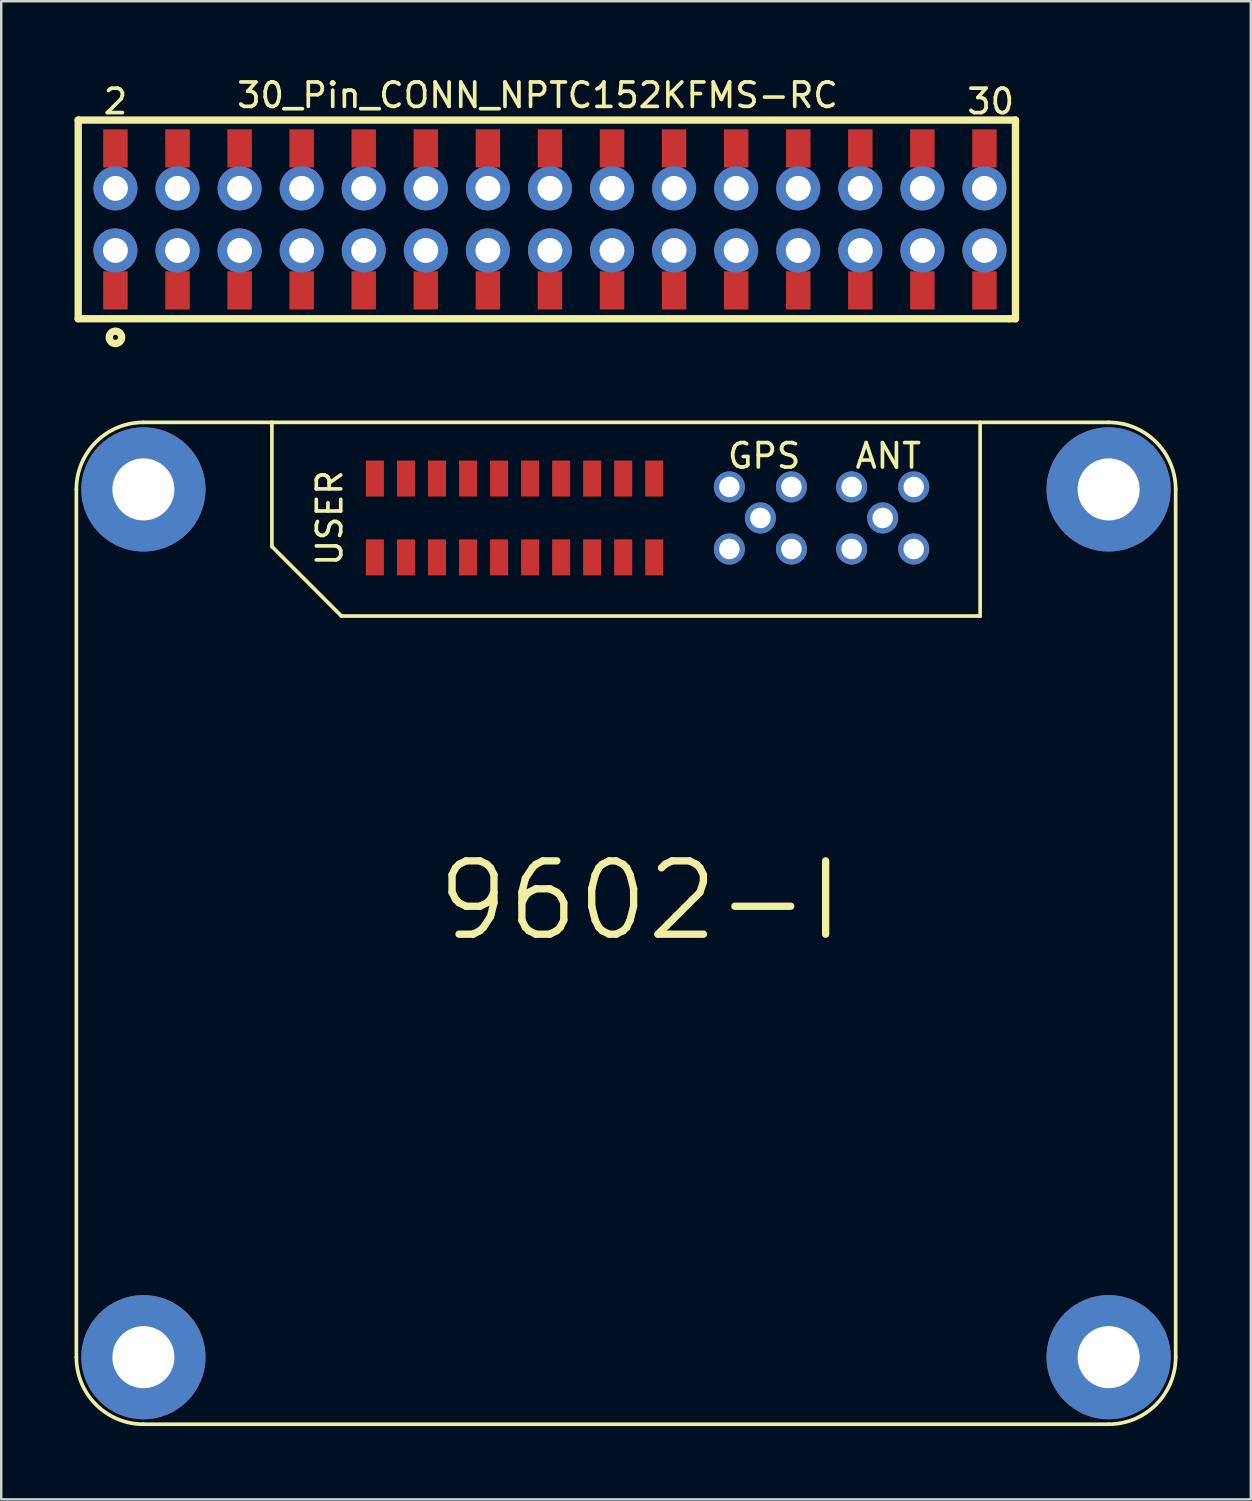
<source format=kicad_pcb>
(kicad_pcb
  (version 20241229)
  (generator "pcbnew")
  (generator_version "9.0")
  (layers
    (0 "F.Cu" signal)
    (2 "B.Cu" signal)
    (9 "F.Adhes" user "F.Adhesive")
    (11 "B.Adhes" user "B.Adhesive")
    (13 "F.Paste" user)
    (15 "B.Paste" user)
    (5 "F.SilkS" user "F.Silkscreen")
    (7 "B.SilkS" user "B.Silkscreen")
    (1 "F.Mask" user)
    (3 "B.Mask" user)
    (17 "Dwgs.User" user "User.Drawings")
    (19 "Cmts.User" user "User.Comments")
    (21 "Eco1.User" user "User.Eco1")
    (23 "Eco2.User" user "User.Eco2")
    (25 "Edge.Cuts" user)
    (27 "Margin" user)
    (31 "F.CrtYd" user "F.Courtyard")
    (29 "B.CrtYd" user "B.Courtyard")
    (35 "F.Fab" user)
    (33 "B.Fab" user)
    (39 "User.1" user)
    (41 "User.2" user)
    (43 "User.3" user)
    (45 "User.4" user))
  (footprint "9602-I"
    (layer "F.Cu")
    (at 2.818 18.145)
    (property "Reference" "9602-I" (at 20.345 15.659 0) (layer "F.SilkS") (effects (font (size 3 3) (thickness 0.3))))
    (attr through_hole)
    (fp_line (start -2.743 34.341) (end -2.743 -1.168) (stroke (width 0.15) (type solid)) (layer "F.SilkS"))
    (fp_line (start 0 -3.912) (end 39.497 -3.912) (stroke (width 0.15) (type solid)) (layer "F.SilkS"))
    (fp_line (start 5.258 1.168) (end 5.258 -3.912) (stroke (width 0.15) (type solid)) (layer "F.SilkS"))
    (fp_line (start 5.258 1.168) (end 8.103 4.013) (stroke (width 0.15) (type solid)) (layer "F.SilkS"))
    (fp_line (start 34.239 -3.912) (end 34.239 4.013) (stroke (width 0.15) (type solid)) (layer "F.SilkS"))
    (fp_line (start 34.239 4.013) (end 8.103 4.013) (stroke (width 0.15) (type solid)) (layer "F.SilkS"))
    (fp_line (start 39.497 37.084) (end 0 37.084) (stroke (width 0.15) (type solid)) (layer "F.SilkS"))
    (fp_line (start 42.24 -1.168) (end 42.24 34.341) (stroke (width 0.15) (type solid)) (layer "F.SilkS"))
    (fp_arc (start -2.7432 -1.1684) (mid -1.941427 -3.106442) (end -0.004788 -3.911596) (stroke (width 0.15) (type solid)) (layer "F.SilkS"))
    (fp_arc (start 0 37.084) (mid -1.938042 36.282227) (end -2.743196 34.345588) (stroke (width 0.15) (type solid)) (layer "F.SilkS"))
    (fp_arc (start 39.497 -3.9116) (mid 41.435042 -3.109827) (end 42.240196 -1.173188) (stroke (width 0.15) (type solid)) (layer "F.SilkS"))
    (fp_arc (start 42.2402 34.3408) (mid 41.438427 36.278842) (end 39.501788 37.083996) (stroke (width 0.15) (type solid)) (layer "F.SilkS"))
    (fp_text user "ANT" (at 30.48 -2.54 0) (layer "F.SilkS") (effects (font (size 1 1) (thickness 0.15))))
    (fp_text user "USER" (at 7.62 0 90) (layer "F.SilkS") (effects (font (size 1 1) (thickness 0.15))))
    (fp_text user "GPS" (at 25.4 -2.54 0) (layer "F.SilkS") (effects (font (size 1 1) (thickness 0.15))))
    (pad "1" smd rect (at 20.904 1.613) (size 0.737 1.473) (layers "F.Cu" "F.Mask" "F.Paste"))
    (pad "2" smd rect (at 20.904 -1.613) (size 0.737 1.473) (layers "F.Cu" "F.Mask" "F.Paste"))
    (pad "3" smd rect (at 19.634 1.613) (size 0.737 1.473) (layers "F.Cu" "F.Mask" "F.Paste"))
    (pad "4" smd rect (at 19.634 -1.613) (size 0.737 1.473) (layers "F.Cu" "F.Mask" "F.Paste"))
    (pad "5" smd rect (at 18.364 1.613) (size 0.737 1.473) (layers "F.Cu" "F.Mask" "F.Paste"))
    (pad "6" smd rect (at 18.364 -1.613) (size 0.737 1.473) (layers "F.Cu" "F.Mask" "F.Paste"))
    (pad "7" smd rect (at 17.094 1.613) (size 0.737 1.473) (layers "F.Cu" "F.Mask" "F.Paste"))
    (pad "8" smd rect (at 17.094 -1.613) (size 0.737 1.473) (layers "F.Cu" "F.Mask" "F.Paste"))
    (pad "9" smd rect (at 15.824 1.613) (size 0.737 1.473) (layers "F.Cu" "F.Mask" "F.Paste"))
    (pad "10" smd rect (at 15.824 -1.613) (size 0.737 1.473) (layers "F.Cu" "F.Mask" "F.Paste"))
    (pad "11" smd rect (at 14.554 1.613) (size 0.737 1.473) (layers "F.Cu" "F.Mask" "F.Paste"))
    (pad "12" smd rect (at 14.554 -1.613) (size 0.737 1.473) (layers "F.Cu" "F.Mask" "F.Paste"))
    (pad "13" smd rect (at 13.284 1.613) (size 0.737 1.473) (layers "F.Cu" "F.Mask" "F.Paste"))
    (pad "14" smd rect (at 13.284 -1.613) (size 0.737 1.473) (layers "F.Cu" "F.Mask" "F.Paste"))
    (pad "15" smd rect (at 12.014 1.613) (size 0.737 1.473) (layers "F.Cu" "F.Mask" "F.Paste"))
    (pad "16" smd rect (at 12.014 -1.613) (size 0.737 1.473) (layers "F.Cu" "F.Mask" "F.Paste"))
    (pad "17" smd rect (at 10.744 1.613) (size 0.737 1.473) (layers "F.Cu" "F.Mask" "F.Paste"))
    (pad "18" smd rect (at 10.744 -1.613) (size 0.737 1.473) (layers "F.Cu" "F.Mask" "F.Paste"))
    (pad "19" smd rect (at 9.474 1.613) (size 0.737 1.473) (layers "F.Cu" "F.Mask" "F.Paste"))
    (pad "20" smd rect (at 9.474 -1.613) (size 0.737 1.473) (layers "F.Cu" "F.Mask" "F.Paste"))
    (pad "A1" thru_hole circle (at 28.981 -1.27) (size 1.27 1.27) (drill 0.838) (layers "*.Cu" "*.Mask"))
    (pad "A2" thru_hole circle (at 31.521 -1.27) (size 1.27 1.27) (drill 0.838) (layers "*.Cu" "*.Mask"))
    (pad "A3" thru_hole circle (at 30.251 0) (size 1.27 1.27) (drill 0.838) (layers "*.Cu" "*.Mask"))
    (pad "A4" thru_hole circle (at 28.981 1.27) (size 1.27 1.27) (drill 0.838) (layers "*.Cu" "*.Mask"))
    (pad "A5" thru_hole circle (at 31.521 1.27) (size 1.27 1.27) (drill 0.838) (layers "*.Cu" "*.Mask"))
    (pad "G1" thru_hole circle (at 23.978 -1.27) (size 1.27 1.27) (drill 0.838) (layers "*.Cu" "*.Mask"))
    (pad "G2" thru_hole circle (at 26.518 -1.27) (size 1.27 1.27) (drill 0.838) (layers "*.Cu" "*.Mask"))
    (pad "G3" thru_hole circle (at 25.248 0) (size 1.27 1.27) (drill 0.838) (layers "*.Cu" "*.Mask"))
    (pad "G4" thru_hole circle (at 23.978 1.27) (size 1.27 1.27) (drill 0.838) (layers "*.Cu" "*.Mask"))
    (pad "G5" thru_hole circle (at 26.518 1.27) (size 1.27 1.27) (drill 0.838) (layers "*.Cu" "*.Mask"))
    (pad "J1" thru_hole circle (at 0 -1.168) (size 5.08 5.08) (drill 2.54) (layers "*.Cu" "*.Mask"))
    (pad "J2" thru_hole circle (at 39.497 -1.168) (size 5.08 5.08) (drill 2.54) (layers "*.Cu" "*.Mask"))
    (pad "J3" thru_hole circle (at 39.497 34.341) (size 5.08 5.08) (drill 2.54) (layers "*.Cu" "*.Mask"))
    (pad "J4" thru_hole circle (at 0 34.341) (size 5.08 5.08) (drill 2.54) (layers "*.Cu" "*.Mask")))
  (footprint "30_Pin_CONN_NPTC152KFMS-RC"
    (layer "F.Cu")
    (at 18.184 5.928)
    (property "Reference" "30_Pin_CONN_NPTC152KFMS-RC" (at 0.762 -5.08 0) (layer "F.SilkS") (effects (font (size 1 1) (thickness 0.15))))
    (attr through_hole)
    (fp_line (start -18.034 -4.064) (end -18.034 4.064) (stroke (width 0.3) (type solid)) (layer "F.SilkS"))
    (fp_line (start -18.034 4.064) (end 20.066 4.064) (stroke (width 0.3) (type solid)) (layer "F.SilkS"))
    (fp_line (start 20.066 4.064) (end 20.32 4.064) (stroke (width 0.3) (type solid)) (layer "F.SilkS"))
    (fp_line (start 20.32 -4.064) (end -18.034 -4.064) (stroke (width 0.3) (type solid)) (layer "F.SilkS"))
    (fp_line (start 20.32 4.064) (end 20.32 -4.064) (stroke (width 0.3) (type solid)) (layer "F.SilkS"))
    (fp_circle (center -16.51 4.826) (end -16.51 5.08) (stroke (width 0.3) (type solid)) (fill no) (layer "F.SilkS"))
    (fp_text user "2" (at -16.51 -4.826 0) (layer "F.SilkS") (effects (font (size 1 1) (thickness 0.15))))
    (fp_text user "30" (at 19.304 -4.826 0) (layer "F.SilkS") (effects (font (size 1 1) (thickness 0.15))))
    (pad "1" thru_hole circle (at -16.51 1.27) (size 1.8 1.8) (drill 1.02) (layers "*.Cu" "*.Mask"))
    (pad "1" smd rect (at -16.51 2.905) (size 1 1.56) (layers "F.Cu" "F.Mask" "F.Paste"))
    (pad "2" smd rect (at -16.51 -2.905) (size 1 1.56) (layers "F.Cu" "F.Mask" "F.Paste"))
    (pad "2" thru_hole circle (at -16.51 -1.27) (size 1.8 1.8) (drill 1.02) (layers "*.Cu" "*.Mask"))
    (pad "3" thru_hole circle (at -13.97 1.27) (size 1.8 1.8) (drill 1.02) (layers "*.Cu" "*.Mask"))
    (pad "3" smd rect (at -13.97 2.905) (size 1 1.56) (layers "F.Cu" "F.Mask" "F.Paste"))
    (pad "4" smd rect (at -13.97 -2.905) (size 1 1.56) (layers "F.Cu" "F.Mask" "F.Paste"))
    (pad "4" thru_hole circle (at -13.97 -1.27) (size 1.8 1.8) (drill 1.02) (layers "*.Cu" "*.Mask"))
    (pad "5" thru_hole circle (at -11.43 1.27) (size 1.8 1.8) (drill 1.02) (layers "*.Cu" "*.Mask"))
    (pad "5" smd rect (at -11.43 2.905) (size 1 1.56) (layers "F.Cu" "F.Mask" "F.Paste"))
    (pad "6" smd rect (at -11.43 -2.905) (size 1 1.56) (layers "F.Cu" "F.Mask" "F.Paste"))
    (pad "6" thru_hole circle (at -11.43 -1.27) (size 1.8 1.8) (drill 1.02) (layers "*.Cu" "*.Mask"))
    (pad "7" thru_hole circle (at -8.89 1.27) (size 1.8 1.8) (drill 1.02) (layers "*.Cu" "*.Mask"))
    (pad "7" smd rect (at -8.89 2.905) (size 1 1.56) (layers "F.Cu" "F.Mask" "F.Paste"))
    (pad "8" smd rect (at -8.89 -2.905) (size 1 1.56) (layers "F.Cu" "F.Mask" "F.Paste"))
    (pad "8" thru_hole circle (at -8.89 -1.27) (size 1.8 1.8) (drill 1.02) (layers "*.Cu" "*.Mask"))
    (pad "9" thru_hole circle (at -6.35 1.27) (size 1.8 1.8) (drill 1.02) (layers "*.Cu" "*.Mask"))
    (pad "9" smd rect (at -6.35 2.905) (size 1 1.56) (layers "F.Cu" "F.Mask" "F.Paste"))
    (pad "10" smd rect (at -6.35 -2.905) (size 1 1.56) (layers "F.Cu" "F.Mask" "F.Paste"))
    (pad "10" thru_hole circle (at -6.35 -1.27) (size 1.8 1.8) (drill 1.02) (layers "*.Cu" "*.Mask"))
    (pad "11" thru_hole circle (at -3.81 1.27) (size 1.8 1.8) (drill 1.02) (layers "*.Cu" "*.Mask"))
    (pad "11" smd rect (at -3.81 2.905) (size 1 1.56) (layers "F.Cu" "F.Mask" "F.Paste"))
    (pad "12" smd rect (at -3.81 -2.905) (size 1 1.56) (layers "F.Cu" "F.Mask" "F.Paste"))
    (pad "12" thru_hole circle (at -3.81 -1.27) (size 1.8 1.8) (drill 1.02) (layers "*.Cu" "*.Mask"))
    (pad "13" thru_hole circle (at -1.27 1.27) (size 1.8 1.8) (drill 1.02) (layers "*.Cu" "*.Mask"))
    (pad "13" smd rect (at -1.27 2.905) (size 1 1.56) (layers "F.Cu" "F.Mask" "F.Paste"))
    (pad "14" smd rect (at -1.27 -2.905) (size 1 1.56) (layers "F.Cu" "F.Mask" "F.Paste"))
    (pad "14" thru_hole circle (at -1.27 -1.27) (size 1.8 1.8) (drill 1.02) (layers "*.Cu" "*.Mask"))
    (pad "15" thru_hole circle (at 1.27 1.27) (size 1.8 1.8) (drill 1.02) (layers "*.Cu" "*.Mask"))
    (pad "15" smd rect (at 1.27 2.905) (size 1 1.56) (layers "F.Cu" "F.Mask" "F.Paste"))
    (pad "16" smd rect (at 1.27 -2.905) (size 1 1.56) (layers "F.Cu" "F.Mask" "F.Paste"))
    (pad "16" thru_hole circle (at 1.27 -1.27) (size 1.8 1.8) (drill 1.02) (layers "*.Cu" "*.Mask"))
    (pad "17" thru_hole circle (at 3.81 1.27) (size 1.8 1.8) (drill 1.02) (layers "*.Cu" "*.Mask"))
    (pad "17" smd rect (at 3.81 2.905) (size 1 1.56) (layers "F.Cu" "F.Mask" "F.Paste"))
    (pad "18" smd rect (at 3.81 -2.905) (size 1 1.56) (layers "F.Cu" "F.Mask" "F.Paste"))
    (pad "18" thru_hole circle (at 3.81 -1.27) (size 1.8 1.8) (drill 1.02) (layers "*.Cu" "*.Mask"))
    (pad "19" thru_hole circle (at 6.35 1.27) (size 1.8 1.8) (drill 1.02) (layers "*.Cu" "*.Mask"))
    (pad "19" smd rect (at 6.35 2.905) (size 1 1.56) (layers "F.Cu" "F.Mask" "F.Paste"))
    (pad "20" smd rect (at 6.35 -2.905) (size 1 1.56) (layers "F.Cu" "F.Mask" "F.Paste"))
    (pad "20" thru_hole circle (at 6.35 -1.27) (size 1.8 1.8) (drill 1.02) (layers "*.Cu" "*.Mask"))
    (pad "21" thru_hole circle (at 8.89 1.27) (size 1.8 1.8) (drill 1.02) (layers "*.Cu" "*.Mask"))
    (pad "21" smd rect (at 8.89 2.905) (size 1 1.56) (layers "F.Cu" "F.Mask" "F.Paste"))
    (pad "22" smd rect (at 8.89 -2.905) (size 1 1.56) (layers "F.Cu" "F.Mask" "F.Paste"))
    (pad "22" thru_hole circle (at 8.89 -1.27) (size 1.8 1.8) (drill 1.02) (layers "*.Cu" "*.Mask"))
    (pad "23" thru_hole circle (at 11.43 1.27) (size 1.8 1.8) (drill 1.02) (layers "*.Cu" "*.Mask"))
    (pad "23" smd rect (at 11.43 2.905) (size 1 1.56) (layers "F.Cu" "F.Mask" "F.Paste"))
    (pad "24" smd rect (at 11.43 -2.905) (size 1 1.56) (layers "F.Cu" "F.Mask" "F.Paste"))
    (pad "24" thru_hole circle (at 11.43 -1.27) (size 1.8 1.8) (drill 1.02) (layers "*.Cu" "*.Mask"))
    (pad "25" thru_hole circle (at 13.97 1.27) (size 1.8 1.8) (drill 1.02) (layers "*.Cu" "*.Mask"))
    (pad "25" smd rect (at 13.97 2.905) (size 1 1.56) (layers "F.Cu" "F.Mask" "F.Paste"))
    (pad "26" smd rect (at 13.97 -2.905) (size 1 1.56) (layers "F.Cu" "F.Mask" "F.Paste"))
    (pad "26" thru_hole circle (at 13.97 -1.27) (size 1.8 1.8) (drill 1.02) (layers "*.Cu" "*.Mask"))
    (pad "27" thru_hole circle (at 16.51 1.27) (size 1.8 1.8) (drill 1.02) (layers "*.Cu" "*.Mask"))
    (pad "27" smd rect (at 16.51 2.905) (size 1 1.56) (layers "F.Cu" "F.Mask" "F.Paste"))
    (pad "28" smd rect (at 16.51 -2.905) (size 1 1.56) (layers "F.Cu" "F.Mask" "F.Paste"))
    (pad "28" thru_hole circle (at 16.51 -1.27) (size 1.8 1.8) (drill 1.02) (layers "*.Cu" "*.Mask"))
    (pad "29" thru_hole circle (at 19.05 1.27) (size 1.8 1.8) (drill 1.02) (layers "*.Cu" "*.Mask"))
    (pad "29" smd rect (at 19.05 2.905) (size 1 1.56) (layers "F.Cu" "F.Mask" "F.Paste"))
    (pad "30" smd rect (at 19.05 -2.905) (size 1 1.56) (layers "F.Cu" "F.Mask" "F.Paste"))
    (pad "30" thru_hole circle (at 19.05 -1.27) (size 1.8 1.8) (drill 1.02) (layers "*.Cu" "*.Mask")))
  (gr_rect
    (start -3 -3)
    (end 48.133 58.304)
    (stroke (width 0.1) (type default))
    (fill no)
    (layer "Edge.Cuts")))
</source>
